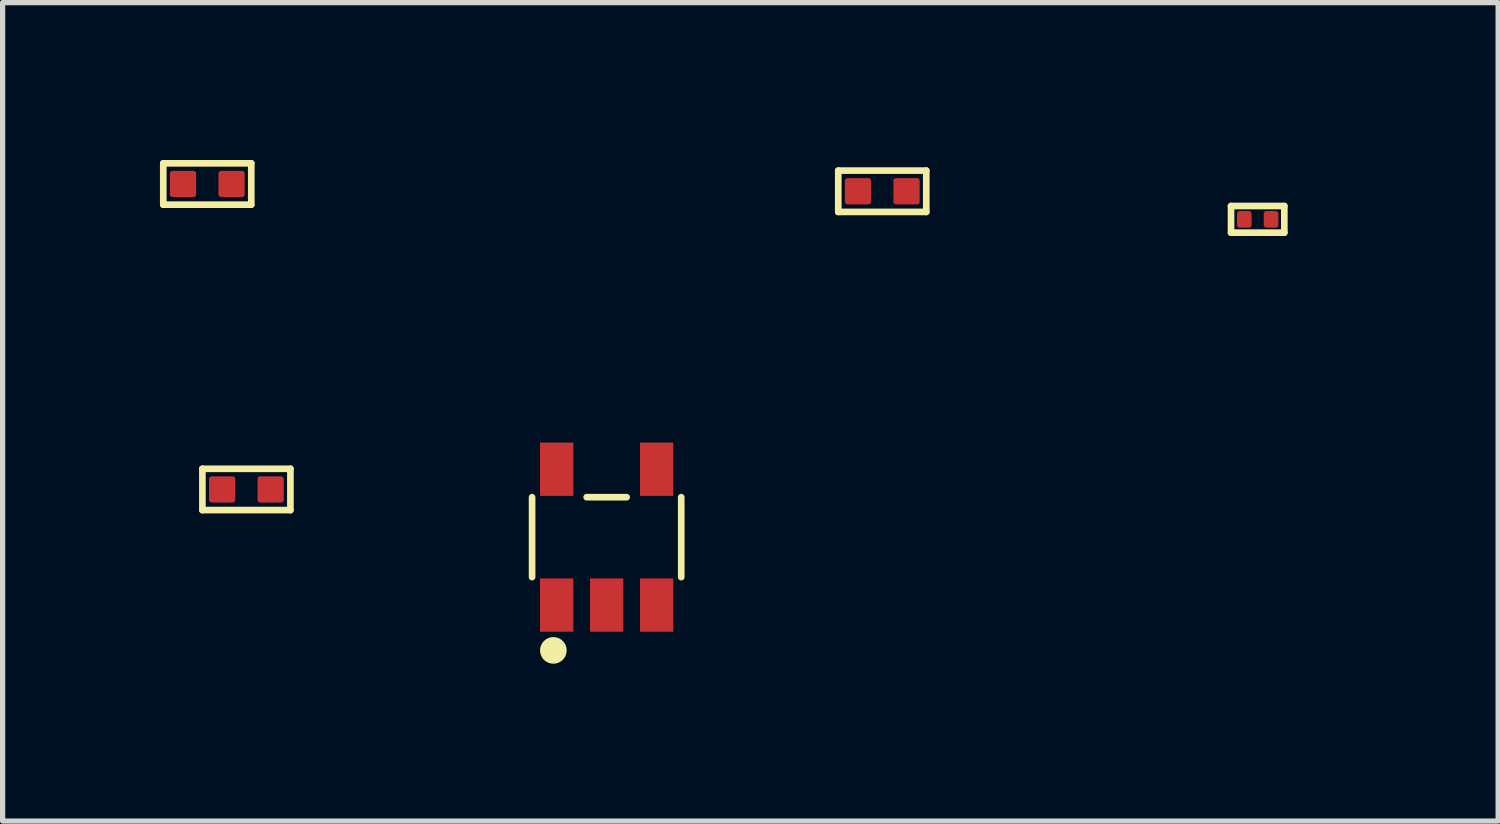
<source format=kicad_pcb>
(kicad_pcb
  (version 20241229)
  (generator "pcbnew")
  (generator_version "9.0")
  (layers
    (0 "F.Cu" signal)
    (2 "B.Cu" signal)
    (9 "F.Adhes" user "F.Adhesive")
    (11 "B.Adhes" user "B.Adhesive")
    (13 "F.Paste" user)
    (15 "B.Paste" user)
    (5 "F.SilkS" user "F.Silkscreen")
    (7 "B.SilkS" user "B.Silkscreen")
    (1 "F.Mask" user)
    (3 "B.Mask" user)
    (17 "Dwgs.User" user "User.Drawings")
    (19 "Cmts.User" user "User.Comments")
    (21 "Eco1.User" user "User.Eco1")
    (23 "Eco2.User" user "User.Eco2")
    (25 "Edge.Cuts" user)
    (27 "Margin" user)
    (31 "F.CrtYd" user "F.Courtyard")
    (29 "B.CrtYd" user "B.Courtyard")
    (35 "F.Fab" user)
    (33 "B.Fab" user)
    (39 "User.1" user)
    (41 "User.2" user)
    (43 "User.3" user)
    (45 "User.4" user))
  (footprint "SOT23-5"
    (layer "F.Cu")
    (at 8.517 7.192)
    (property "Reference" "SOT23-5" (at -0.052 0.288 90) (unlocked yes) (layer "Eco1.User") (effects (font (size 0.33 0.33) (thickness 0.02)) (justify left bottom)))
    (fp_line (start -1.422 0.762) (end -1.422 -0.762) (stroke (width 0.127) (type solid)) (layer "F.SilkS"))
    (fp_line (start 0.381 -0.762) (end -0.381 -0.762) (stroke (width 0.127) (type solid)) (layer "F.SilkS"))
    (fp_line (start 1.422 0.762) (end 1.422 -0.762) (stroke (width 0.127) (type solid)) (layer "F.SilkS"))
    (fp_circle (center -1.016 2.159) (end -1.143 2.159) (stroke (width 0.254) (type solid)) (fill no) (layer "F.SilkS"))
    (fp_line (start -1.587 0.953) (end -1.587 -0.953) (stroke (width 0.025) (type solid)) (layer "Eco1.User"))
    (fp_line (start -1.397 0.762) (end -1.397 -0.762) (stroke (width 0.025) (type solid)) (layer "Eco1.User"))
    (fp_line (start 1.397 -0.762) (end -1.397 -0.762) (stroke (width 0.025) (type solid)) (layer "Eco1.User"))
    (fp_line (start 1.397 0.762) (end -1.397 0.762) (stroke (width 0.025) (type solid)) (layer "Eco1.User"))
    (fp_line (start 1.397 0.762) (end 1.397 -0.762) (stroke (width 0.025) (type solid)) (layer "Eco1.User"))
    (fp_line (start 1.587 -0.953) (end -1.587 -0.953) (stroke (width 0.025) (type solid)) (layer "Eco1.User"))
    (fp_line (start 1.587 0.953) (end -1.587 0.953) (stroke (width 0.025) (type solid)) (layer "Eco1.User"))
    (fp_line (start 1.587 0.953) (end 1.587 -0.953) (stroke (width 0.025) (type solid)) (layer "Eco1.User"))
    (fp_circle (center -1.016 0.381) (end -1.143 0.381) (stroke (width 0.254) (type solid)) (fill no) (layer "Eco1.User"))
    (fp_poly (pts (xy -1.397 0.762) (xy 1.397 0.762) (xy 1.397 -0.762) (xy -1.397 -0.762)) (stroke (width 0.1) (type default)) (fill no) (layer "User.7"))
    (fp_line (start 0 1.27) (end 0 -1.27) (stroke (width 0.025) (type solid)) (layer "User.9"))
    (fp_line (start 1.27 0) (end -1.27 0) (stroke (width 0.025) (type solid)) (layer "User.9"))
    (fp_circle (center 0 0) (end -1.27 0) (stroke (width 0.025) (type solid)) (fill no) (layer "User.9"))
    (fp_text user "5" (at -0.953 -0.964 0) (unlocked yes) (layer "Eco1.User") (effects (font (size 0.635 0.635) (thickness 0.041)) (justify left bottom)))
    (fp_text user "1" (at -0.953 1.627 0) (unlocked yes) (layer "Eco1.User") (effects (font (size 0.635 0.635) (thickness 0.041)) (justify left bottom)))
    (fp_text user "4" (at 0.953 -0.964 0) (unlocked yes) (layer "Eco1.User") (effects (font (size 0.635 0.635) (thickness 0.041)) (justify left bottom)))
    (fp_text user "3" (at 0.953 1.627 0) (unlocked yes) (layer "Eco1.User") (effects (font (size 0.635 0.635) (thickness 0.041)) (justify left bottom)))
    (fp_text user "SN74LV1T125DBVR" (at -0.381 0.713 0) (unlocked yes) (layer "Eco1.User") (effects (font (size 0.635 0.635) (thickness 0.041)) (justify left bottom)))
    (fp_text user "2" (at 0 1.627 0) (unlocked yes) (layer "Eco1.User") (effects (font (size 0.635 0.635) (thickness 0.041)) (justify left bottom)))
    (pad "1" smd rect (at -0.953 1.295 90) (size 1.016 0.635) (layers "F.Cu" "F.Mask" "F.Paste"))
    (pad "2" smd rect (at 0 1.295 90) (size 1.016 0.635) (layers "F.Cu" "F.Mask" "F.Paste"))
    (pad "3" smd rect (at 0.953 1.295 90) (size 1.016 0.635) (layers "F.Cu" "F.Mask" "F.Paste"))
    (pad "4" smd rect (at 0.953 -1.295 90) (size 1.016 0.635) (layers "F.Cu" "F.Mask" "F.Paste"))
    (pad "5" smd rect (at -0.953 -1.295 90) (size 1.016 0.635) (layers "F.Cu" "F.Mask" "F.Paste")))
  (footprint "R0201"
    (layer "F.Cu")
    (at 20.93 1.132)
    (property "Reference" "R0201" (at -0.003 -0.741 0) (unlocked yes) (layer "Eco1.User") (effects (font (size 0.33 0.33) (thickness 0.02)) (justify left bottom mirror)))
    (fp_line (start -0.508 -0.254) (end 0.508 -0.254) (stroke (width 0.127) (type solid)) (layer "F.SilkS"))
    (fp_line (start -0.508 0.254) (end -0.508 -0.254) (stroke (width 0.127) (type solid)) (layer "F.SilkS"))
    (fp_line (start -0.508 0.254) (end 0.508 0.254) (stroke (width 0.127) (type solid)) (layer "F.SilkS"))
    (fp_line (start 0.508 0.254) (end 0.508 -0.254) (stroke (width 0.127) (type solid)) (layer "F.SilkS"))
    (fp_line (start -0.381 -0.254) (end 0.381 -0.254) (stroke (width 0.025) (type solid)) (layer "Eco1.User"))
    (fp_line (start -0.381 0.254) (end -0.381 -0.254) (stroke (width 0.025) (type solid)) (layer "Eco1.User"))
    (fp_line (start -0.381 0.254) (end 0.381 0.254) (stroke (width 0.025) (type solid)) (layer "Eco1.User"))
    (fp_line (start 0.381 0.254) (end 0.381 -0.254) (stroke (width 0.025) (type solid)) (layer "Eco1.User"))
    (fp_poly (pts (xy -0.381 0.254) (xy -0.381 -0.254) (xy 0.381 -0.254) (xy 0.381 0.254)) (stroke (width 0.1) (type default)) (fill no) (layer "User.8"))
    (fp_text user "2" (at 0.255 -0.176 180) (unlocked yes) (layer "Eco1.User") (effects (font (size 0.635 0.635) (thickness 0.041)) (justify left bottom mirror)))
    (fp_text user "1" (at -0.255 -0.176 180) (unlocked yes) (layer "Eco1.User") (effects (font (size 0.635 0.635) (thickness 0.041)) (justify left bottom mirror)))
    (fp_text user "10K" (at -0.254 0.332 180) (unlocked yes) (layer "Eco1.User") (effects (font (size 0.635 0.635) (thickness 0.041)) (justify left bottom mirror)))
    (pad "1" smd roundrect (at -0.255 0) (size 0.279 0.318) (layers "F.Cu" "F.Mask" "F.Paste") (roundrect_rratio 0.18))
    (pad "2" smd roundrect (at 0.255 0) (size 0.279 0.318) (layers "F.Cu" "F.Mask" "F.Paste") (roundrect_rratio 0.18)))
  (footprint "L0402"
    (layer "F.Cu")
    (at 13.772 0.597)
    (property "Reference" "L0402" (at -0.396 -0.206 0) (unlocked yes) (layer "Eco1.User") (effects (font (size 0.33 0.33) (thickness 0.02)) (justify left bottom mirror)))
    (fp_line (start -0.839 0.394) (end -0.839 -0.394) (stroke (width 0.127) (type solid)) (layer "F.SilkS"))
    (fp_line (start 0.839 -0.394) (end -0.839 -0.394) (stroke (width 0.127) (type solid)) (layer "F.SilkS"))
    (fp_line (start 0.839 0.394) (end -0.839 0.394) (stroke (width 0.127) (type solid)) (layer "F.SilkS"))
    (fp_line (start 0.839 0.394) (end 0.839 -0.394) (stroke (width 0.127) (type solid)) (layer "F.SilkS"))
    (fp_line (start -0.762 0.381) (end -0.762 -0.381) (stroke (width 0.025) (type solid)) (layer "Eco1.User"))
    (fp_line (start 0.762 -0.381) (end -0.762 -0.381) (stroke (width 0.025) (type solid)) (layer "Eco1.User"))
    (fp_line (start 0.762 0.381) (end -0.762 0.381) (stroke (width 0.025) (type solid)) (layer "Eco1.User"))
    (fp_line (start 0.762 0.381) (end 0.762 -0.381) (stroke (width 0.025) (type solid)) (layer "Eco1.User"))
    (fp_poly (pts (xy -0.762 0.381) (xy -0.762 -0.381) (xy 0.762 -0.381) (xy 0.762 0.381)) (stroke (width 0.1) (type default)) (fill no) (layer "User.8"))
    (fp_text user "1" (at -0.717 0.078 180) (unlocked yes) (layer "Eco1.User") (effects (font (size 0.635 0.635) (thickness 0.041)) (justify left bottom mirror)))
    (fp_text user "2" (at 0.209 0.078 180) (unlocked yes) (layer "Eco1.User") (effects (font (size 0.635 0.635) (thickness 0.041)) (justify left bottom mirror)))
    (fp_text user "120R" (at 0.127 0.332 180) (unlocked yes) (layer "Eco1.User") (effects (font (size 0.635 0.635) (thickness 0.041)) (justify left bottom mirror)))
    (pad "1" smd roundrect (at -0.463 0 180) (size 0.5 0.5) (layers "F.Cu" "F.Mask" "F.Paste") (roundrect_rratio 0.1))
    (pad "2" smd roundrect (at 0.463 0 180) (size 0.5 0.5) (layers "F.Cu" "F.Mask" "F.Paste") (roundrect_rratio 0.1)))
  (footprint "R0402"
    (layer "F.Cu")
    (at 1.648 6.282)
    (property "Reference" "R0402" (at -0.065 -0.67 0) (unlocked yes) (layer "Eco1.User") (effects (font (size 0.33 0.33) (thickness 0.02)) (justify left bottom mirror)))
    (fp_line (start -0.839 -0.394) (end 0.839 -0.394) (stroke (width 0.127) (type solid)) (layer "F.SilkS"))
    (fp_line (start -0.839 0.394) (end -0.839 -0.394) (stroke (width 0.127) (type solid)) (layer "F.SilkS"))
    (fp_line (start -0.839 0.394) (end 0.839 0.394) (stroke (width 0.127) (type solid)) (layer "F.SilkS"))
    (fp_line (start 0.839 0.394) (end 0.839 -0.394) (stroke (width 0.127) (type solid)) (layer "F.SilkS"))
    (fp_line (start -0.762 -0.381) (end 0.762 -0.381) (stroke (width 0.025) (type solid)) (layer "Eco1.User"))
    (fp_line (start -0.762 0.381) (end -0.762 -0.381) (stroke (width 0.025) (type solid)) (layer "Eco1.User"))
    (fp_line (start -0.762 0.381) (end 0.762 0.381) (stroke (width 0.025) (type solid)) (layer "Eco1.User"))
    (fp_line (start 0.762 0.381) (end 0.762 -0.381) (stroke (width 0.025) (type solid)) (layer "Eco1.User"))
    (fp_poly (pts (xy -0.762 0.381) (xy -0.762 -0.381) (xy 0.762 -0.381) (xy 0.762 0.381)) (stroke (width 0.1) (type default)) (fill no) (layer "User.8"))
    (fp_text user "1" (at -0.463 -0.176 180) (unlocked yes) (layer "Eco1.User") (effects (font (size 0.635 0.635) (thickness 0.041)) (justify left bottom mirror)))
    (fp_text user "2" (at 0.463 -0.176 180) (unlocked yes) (layer "Eco1.User") (effects (font (size 0.635 0.635) (thickness 0.041)) (justify left bottom mirror)))
    (fp_text user "2.2K" (at 0.127 0.332 180) (unlocked yes) (layer "Eco1.User") (effects (font (size 0.635 0.635) (thickness 0.041)) (justify left bottom mirror)))
    (pad "1" smd roundrect (at -0.463 0) (size 0.5 0.5) (layers "F.Cu" "F.Mask" "F.Paste") (roundrect_rratio 0.1))
    (pad "2" smd roundrect (at 0.463 0) (size 0.5 0.5) (layers "F.Cu" "F.Mask" "F.Paste") (roundrect_rratio 0.1)))
  (footprint "D0402"
    (layer "F.Cu")
    (at 0.902 0.458)
    (property "Reference" "D0402" (at -0.381 0.294 180) (unlocked yes) (layer "Eco1.User") (effects (font (size 0.33 0.33) (thickness 0.02)) (justify left bottom mirror)))
    (fp_line (start -0.839 -0.394) (end 0.839 -0.394) (stroke (width 0.127) (type solid)) (layer "F.SilkS"))
    (fp_line (start -0.839 0.394) (end -0.839 -0.394) (stroke (width 0.127) (type solid)) (layer "F.SilkS"))
    (fp_line (start -0.839 0.394) (end 0.839 0.394) (stroke (width 0.127) (type solid)) (layer "F.SilkS"))
    (fp_line (start 0.839 0.394) (end 0.839 -0.394) (stroke (width 0.127) (type solid)) (layer "F.SilkS"))
    (fp_line (start -0.762 -0.381) (end 0.762 -0.381) (stroke (width 0.025) (type solid)) (layer "Eco1.User"))
    (fp_line (start -0.762 0.381) (end -0.762 -0.381) (stroke (width 0.025) (type solid)) (layer "Eco1.User"))
    (fp_line (start -0.762 0.381) (end 0.762 0.381) (stroke (width 0.025) (type solid)) (layer "Eco1.User"))
    (fp_line (start 0.762 0.381) (end 0.762 -0.381) (stroke (width 0.025) (type solid)) (layer "Eco1.User"))
    (fp_poly (pts (xy -0.762 0.381) (xy -0.762 -0.381) (xy 0.762 -0.381) (xy 0.762 0.381)) (stroke (width 0.1) (type default)) (fill no) (layer "User.8"))
    (fp_text user "2" (at 0.463 -0.176 180) (unlocked yes) (layer "Eco1.User") (effects (font (size 0.635 0.635) (thickness 0.041)) (justify left bottom mirror)))
    (fp_text user "1" (at -0.463 -0.176 180) (unlocked yes) (layer "Eco1.User") (effects (font (size 0.635 0.635) (thickness 0.041)) (justify left bottom mirror)))
    (fp_text user "TPD1E1B04DPYR" (at 0.127 0.332 180) (unlocked yes) (layer "Eco1.User") (effects (font (size 0.635 0.635) (thickness 0.041)) (justify left bottom mirror)))
    (pad "1" smd roundrect (at -0.463 0) (size 0.5 0.5) (layers "F.Cu" "F.Mask" "F.Paste") (roundrect_rratio 0.1))
    (pad "2" smd roundrect (at 0.463 0) (size 0.5 0.5) (layers "F.Cu" "F.Mask" "F.Paste") (roundrect_rratio 0.1)))
  (gr_rect
    (start -3 -3)
    (end 25.515 12.605)
    (stroke (width 0.1) (type default))
    (fill no)
    (layer "Edge.Cuts")))
</source>
